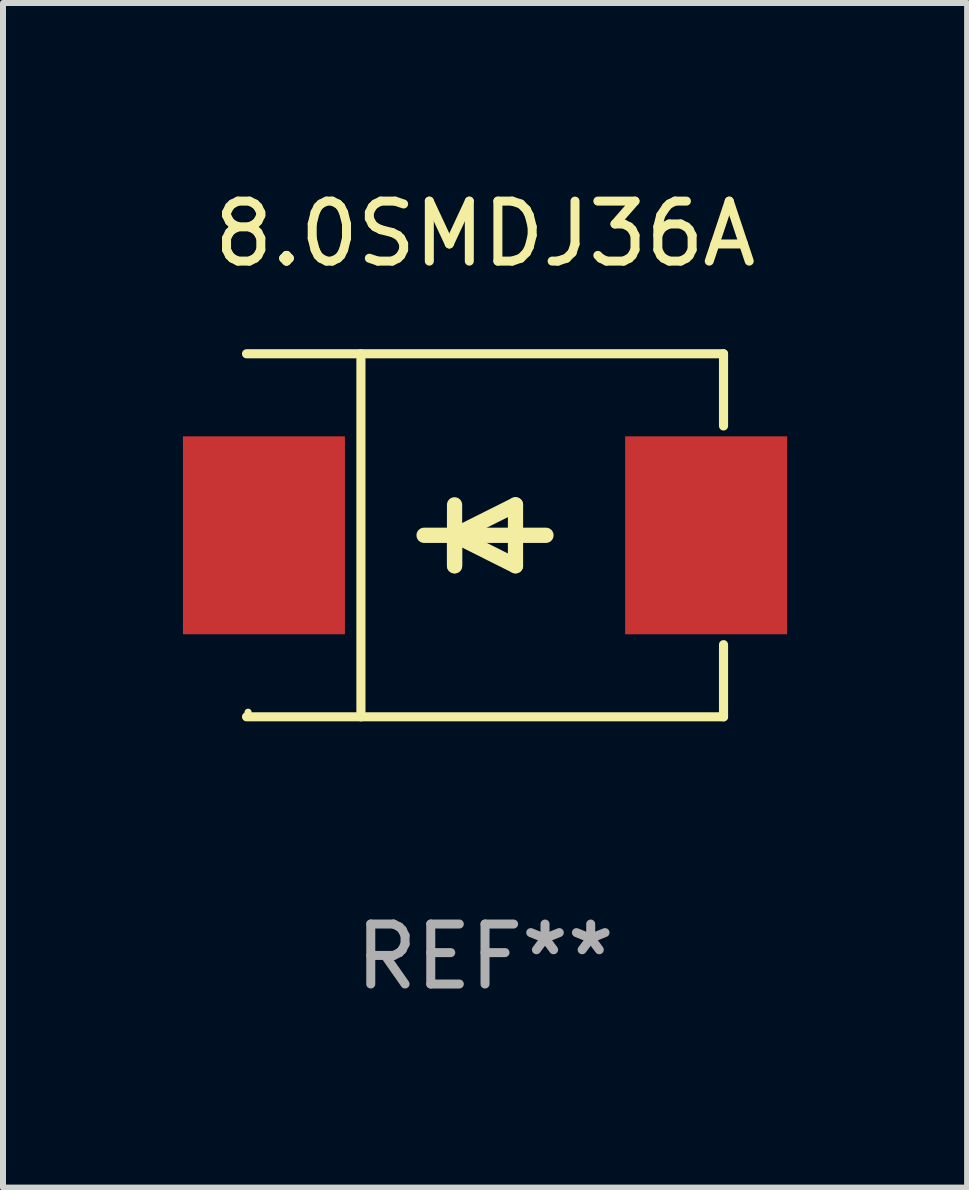
<source format=kicad_pcb>
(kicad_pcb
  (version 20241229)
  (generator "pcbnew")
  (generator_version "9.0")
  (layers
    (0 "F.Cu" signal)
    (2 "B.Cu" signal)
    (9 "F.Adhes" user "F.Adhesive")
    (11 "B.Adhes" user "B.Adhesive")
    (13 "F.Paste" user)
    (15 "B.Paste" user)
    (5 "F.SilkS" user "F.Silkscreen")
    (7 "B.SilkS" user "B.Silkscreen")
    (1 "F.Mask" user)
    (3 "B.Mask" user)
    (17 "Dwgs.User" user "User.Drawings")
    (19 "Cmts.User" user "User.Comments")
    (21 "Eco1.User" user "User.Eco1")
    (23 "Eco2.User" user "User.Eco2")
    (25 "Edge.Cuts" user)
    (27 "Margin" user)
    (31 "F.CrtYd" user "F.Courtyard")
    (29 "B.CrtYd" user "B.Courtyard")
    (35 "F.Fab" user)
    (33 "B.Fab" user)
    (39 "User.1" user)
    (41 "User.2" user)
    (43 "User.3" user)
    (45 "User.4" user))
  (footprint "8.0SMDJ36A"
    (layer "F.Cu")
    (at 5.036 5.874)
    (property "Reference" "8.0SMDJ36A" (at 0 -5.026 0) (layer "F.SilkS") (effects (font (size 1 1) (thickness 0.15))))
    (attr through_hole)
    (fp_line (start -3.976 -3.026) (end 3.976 -3.026) (stroke (width 0.152) (type solid)) (layer "F.SilkS"))
    (fp_line (start -3.976 3.026) (end 3.976 3.026) (stroke (width 0.152) (type solid)) (layer "F.SilkS"))
    (fp_line (start -2.069 -3.026) (end -2.069 3.026) (stroke (width 0.152) (type solid)) (layer "F.SilkS"))
    (fp_line (start -0.508 0) (end -0.508 0.508) (stroke (width 0.254) (type solid)) (layer "F.SilkS"))
    (fp_line (start -0.508 0) (end 0.508 0.508) (stroke (width 0.254) (type solid)) (layer "F.SilkS"))
    (fp_line (start -0.508 0.508) (end -0.508 -0.508) (stroke (width 0.254) (type solid)) (layer "F.SilkS"))
    (fp_line (start 0.508 -0.508) (end -0.508 0) (stroke (width 0.254) (type solid)) (layer "F.SilkS"))
    (fp_line (start 0.508 0.508) (end 0.508 -0.508) (stroke (width 0.254) (type solid)) (layer "F.SilkS"))
    (fp_line (start 1.016 0) (end -1.016 0) (stroke (width 0.254) (type solid)) (layer "F.SilkS"))
    (fp_line (start 3.976 -3.026) (end 3.976 -1.823) (stroke (width 0.152) (type solid)) (layer "F.SilkS"))
    (fp_line (start 3.976 3.026) (end 3.976 1.823) (stroke (width 0.152) (type solid)) (layer "F.SilkS"))
    (fp_circle (center -3.95 2.95) (end -3.92 2.95) (stroke (width 0.06) (type solid)) (fill no) (layer "F.SilkS"))
    (fp_text user "REF**" (at 0 7.026 0) (layer "F.Fab") (effects (font (size 1 1) (thickness 0.15))))
    (pad "1" smd rect (at -3.686 0) (size 2.7 3.3) (layers "F.Cu" "F.Mask" "F.Paste"))
    (pad "2" smd rect (at 3.686 0) (size 2.7 3.3) (layers "F.Cu" "F.Mask" "F.Paste")))
  (gr_rect
    (start -3 -3)
    (end 13.073 16.749)
    (stroke (width 0.1) (type default))
    (fill no)
    (layer "Edge.Cuts")))
</source>
